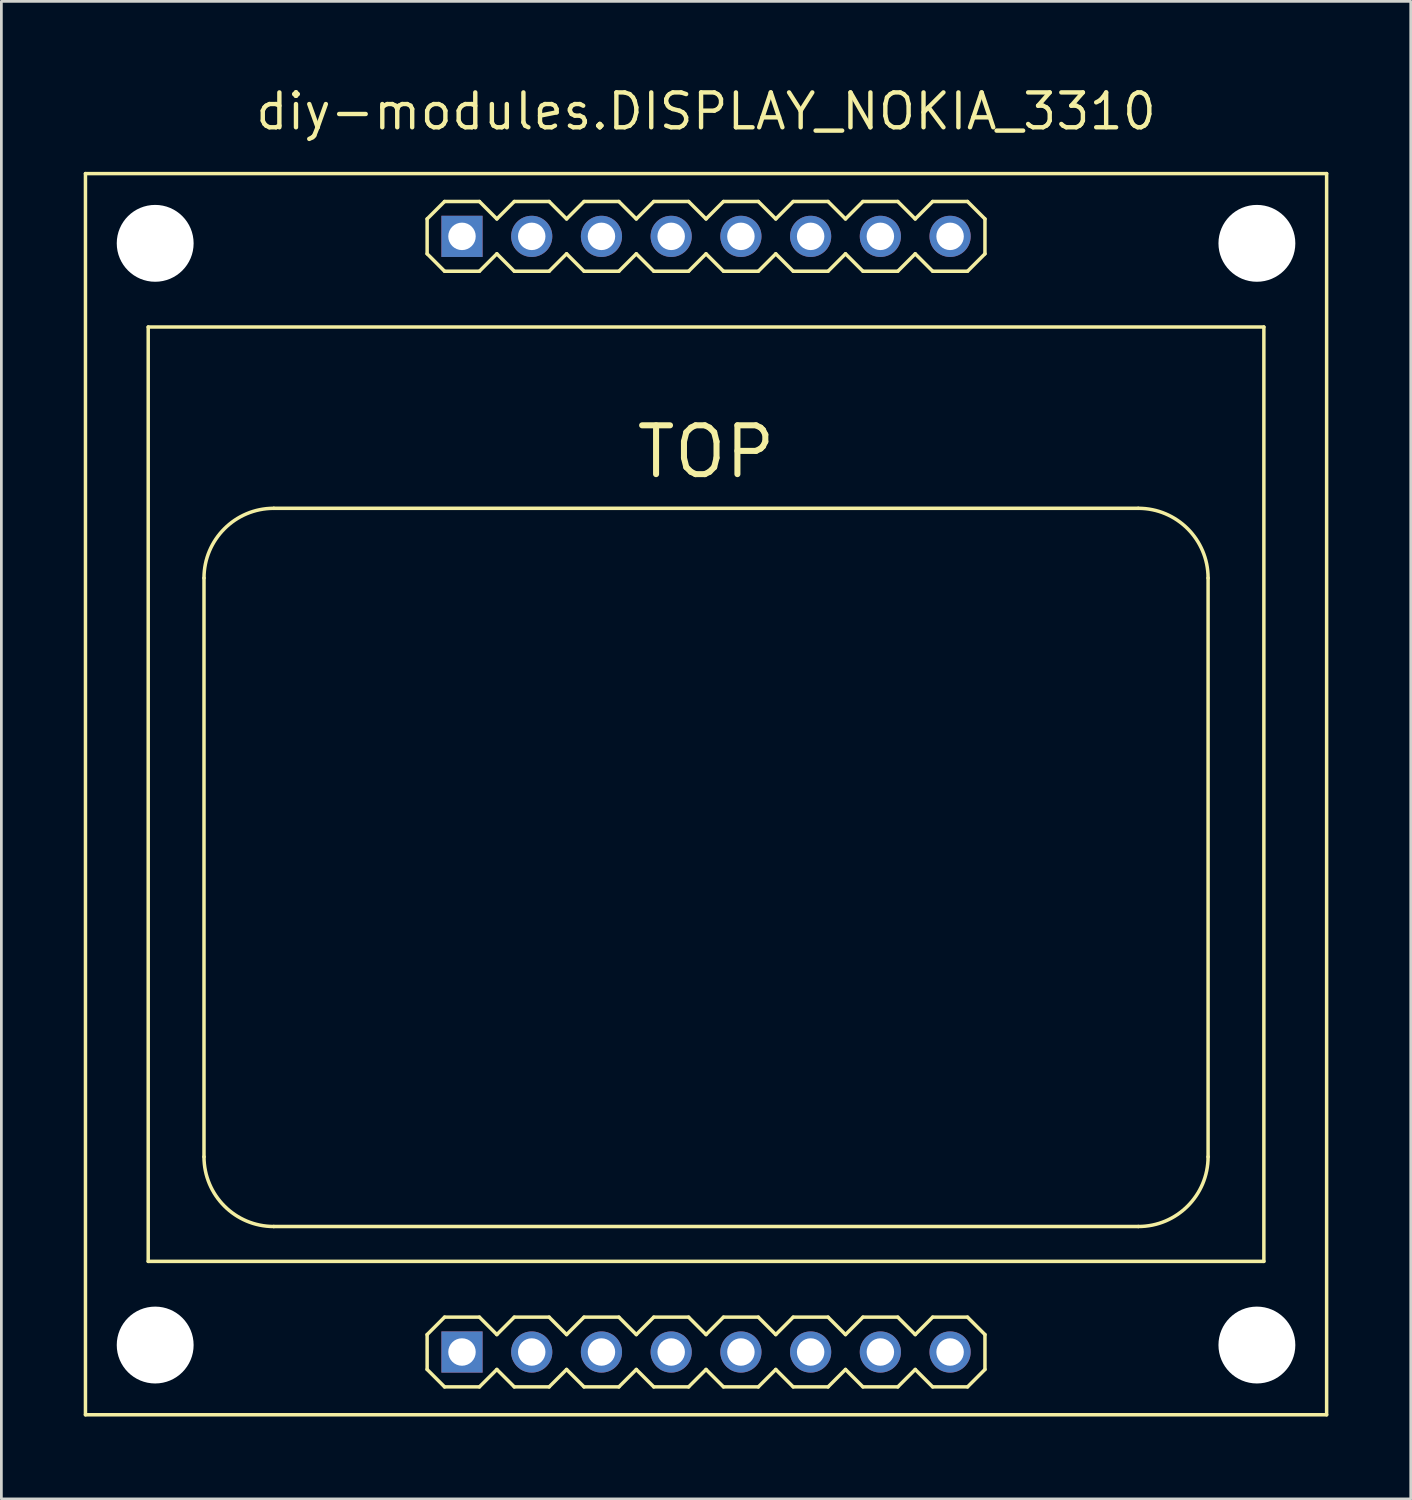
<source format=kicad_pcb>
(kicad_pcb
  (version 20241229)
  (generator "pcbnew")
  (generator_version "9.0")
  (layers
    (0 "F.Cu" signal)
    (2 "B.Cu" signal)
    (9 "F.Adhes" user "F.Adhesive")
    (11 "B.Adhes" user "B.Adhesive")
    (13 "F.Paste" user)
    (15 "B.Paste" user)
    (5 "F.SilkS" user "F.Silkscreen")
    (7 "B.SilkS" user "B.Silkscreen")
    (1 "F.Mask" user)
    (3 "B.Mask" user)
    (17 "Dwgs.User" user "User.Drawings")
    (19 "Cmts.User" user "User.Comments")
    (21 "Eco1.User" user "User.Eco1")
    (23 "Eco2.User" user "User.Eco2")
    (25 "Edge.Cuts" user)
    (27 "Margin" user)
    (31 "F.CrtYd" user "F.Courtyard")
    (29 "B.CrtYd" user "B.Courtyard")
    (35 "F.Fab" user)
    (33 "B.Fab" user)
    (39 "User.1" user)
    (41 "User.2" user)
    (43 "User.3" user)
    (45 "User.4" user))
  (footprint "diy-modules.DISPLAY_NOKIA_3310"
    (layer "F.Cu")
    (at 22.669 25.88)
    (property "Reference" "diy-modules.DISPLAY_NOKIA_3310" (at 0 -24.13 0) (layer "F.SilkS") (effects (font (size 1.27 1.27) (thickness 0.16)) (justify bottom)))
    (attr through_hole)
    (fp_line (start -22.606 -22.606) (end 22.606 -22.606) (stroke (width 0.127) (type default)) (layer "F.SilkS"))
    (fp_line (start -22.606 22.606) (end -22.606 -22.606) (stroke (width 0.127) (type default)) (layer "F.SilkS"))
    (fp_line (start -20.32 -17.018) (end 20.32 -17.018) (stroke (width 0.127) (type default)) (layer "F.SilkS"))
    (fp_line (start -20.32 17.018) (end -20.32 -17.018) (stroke (width 0.127) (type default)) (layer "F.SilkS"))
    (fp_line (start -18.288 13.208) (end -18.288 -7.874) (stroke (width 0.127) (type default)) (layer "F.SilkS"))
    (fp_line (start -15.748 -10.414) (end 15.748 -10.414) (stroke (width 0.127) (type default)) (layer "F.SilkS"))
    (fp_line (start -15.748 15.748) (end 15.748 15.748) (stroke (width 0.127) (type default)) (layer "F.SilkS"))
    (fp_line (start -10.16 -20.955) (end -9.525 -21.59) (stroke (width 0.127) (type default)) (layer "F.SilkS"))
    (fp_line (start -10.16 -19.685) (end -10.16 -20.955) (stroke (width 0.127) (type default)) (layer "F.SilkS"))
    (fp_line (start -10.16 19.685) (end -9.525 19.05) (stroke (width 0.127) (type default)) (layer "F.SilkS"))
    (fp_line (start -10.16 20.955) (end -10.16 19.685) (stroke (width 0.127) (type default)) (layer "F.SilkS"))
    (fp_line (start -9.525 -21.59) (end -8.255 -21.59) (stroke (width 0.127) (type default)) (layer "F.SilkS"))
    (fp_line (start -9.525 -19.05) (end -10.16 -19.685) (stroke (width 0.127) (type default)) (layer "F.SilkS"))
    (fp_line (start -9.525 19.05) (end -8.255 19.05) (stroke (width 0.127) (type default)) (layer "F.SilkS"))
    (fp_line (start -9.525 21.59) (end -10.16 20.955) (stroke (width 0.127) (type default)) (layer "F.SilkS"))
    (fp_line (start -8.255 -21.59) (end -7.62 -20.955) (stroke (width 0.127) (type default)) (layer "F.SilkS"))
    (fp_line (start -8.255 -19.05) (end -9.525 -19.05) (stroke (width 0.127) (type default)) (layer "F.SilkS"))
    (fp_line (start -8.255 19.05) (end -7.62 19.685) (stroke (width 0.127) (type default)) (layer "F.SilkS"))
    (fp_line (start -8.255 21.59) (end -9.525 21.59) (stroke (width 0.127) (type default)) (layer "F.SilkS"))
    (fp_line (start -7.62 -20.955) (end -6.985 -21.59) (stroke (width 0.127) (type default)) (layer "F.SilkS"))
    (fp_line (start -7.62 -19.685) (end -8.255 -19.05) (stroke (width 0.127) (type default)) (layer "F.SilkS"))
    (fp_line (start -7.62 19.685) (end -6.985 19.05) (stroke (width 0.127) (type default)) (layer "F.SilkS"))
    (fp_line (start -7.62 20.955) (end -8.255 21.59) (stroke (width 0.127) (type default)) (layer "F.SilkS"))
    (fp_line (start -6.985 -21.59) (end -5.715 -21.59) (stroke (width 0.127) (type default)) (layer "F.SilkS"))
    (fp_line (start -6.985 -19.05) (end -7.62 -19.685) (stroke (width 0.127) (type default)) (layer "F.SilkS"))
    (fp_line (start -6.985 19.05) (end -5.715 19.05) (stroke (width 0.127) (type default)) (layer "F.SilkS"))
    (fp_line (start -6.985 21.59) (end -7.62 20.955) (stroke (width 0.127) (type default)) (layer "F.SilkS"))
    (fp_line (start -5.715 -21.59) (end -5.08 -20.955) (stroke (width 0.127) (type default)) (layer "F.SilkS"))
    (fp_line (start -5.715 -19.05) (end -6.985 -19.05) (stroke (width 0.127) (type default)) (layer "F.SilkS"))
    (fp_line (start -5.715 19.05) (end -5.08 19.685) (stroke (width 0.127) (type default)) (layer "F.SilkS"))
    (fp_line (start -5.715 21.59) (end -6.985 21.59) (stroke (width 0.127) (type default)) (layer "F.SilkS"))
    (fp_line (start -5.08 -20.955) (end -4.445 -21.59) (stroke (width 0.127) (type default)) (layer "F.SilkS"))
    (fp_line (start -5.08 -19.685) (end -5.715 -19.05) (stroke (width 0.127) (type default)) (layer "F.SilkS"))
    (fp_line (start -5.08 19.685) (end -4.445 19.05) (stroke (width 0.127) (type default)) (layer "F.SilkS"))
    (fp_line (start -5.08 20.955) (end -5.715 21.59) (stroke (width 0.127) (type default)) (layer "F.SilkS"))
    (fp_line (start -4.445 -21.59) (end -3.175 -21.59) (stroke (width 0.127) (type default)) (layer "F.SilkS"))
    (fp_line (start -4.445 -19.05) (end -5.08 -19.685) (stroke (width 0.127) (type default)) (layer "F.SilkS"))
    (fp_line (start -4.445 19.05) (end -3.175 19.05) (stroke (width 0.127) (type default)) (layer "F.SilkS"))
    (fp_line (start -4.445 21.59) (end -5.08 20.955) (stroke (width 0.127) (type default)) (layer "F.SilkS"))
    (fp_line (start -3.175 -21.59) (end -2.54 -20.955) (stroke (width 0.127) (type default)) (layer "F.SilkS"))
    (fp_line (start -3.175 -19.05) (end -4.445 -19.05) (stroke (width 0.127) (type default)) (layer "F.SilkS"))
    (fp_line (start -3.175 19.05) (end -2.54 19.685) (stroke (width 0.127) (type default)) (layer "F.SilkS"))
    (fp_line (start -3.175 21.59) (end -4.445 21.59) (stroke (width 0.127) (type default)) (layer "F.SilkS"))
    (fp_line (start -2.54 -20.955) (end -1.905 -21.59) (stroke (width 0.127) (type default)) (layer "F.SilkS"))
    (fp_line (start -2.54 -19.685) (end -3.175 -19.05) (stroke (width 0.127) (type default)) (layer "F.SilkS"))
    (fp_line (start -2.54 19.685) (end -1.905 19.05) (stroke (width 0.127) (type default)) (layer "F.SilkS"))
    (fp_line (start -2.54 20.955) (end -3.175 21.59) (stroke (width 0.127) (type default)) (layer "F.SilkS"))
    (fp_line (start -1.905 -21.59) (end -0.635 -21.59) (stroke (width 0.127) (type default)) (layer "F.SilkS"))
    (fp_line (start -1.905 -19.05) (end -2.54 -19.685) (stroke (width 0.127) (type default)) (layer "F.SilkS"))
    (fp_line (start -1.905 19.05) (end -0.635 19.05) (stroke (width 0.127) (type default)) (layer "F.SilkS"))
    (fp_line (start -1.905 21.59) (end -2.54 20.955) (stroke (width 0.127) (type default)) (layer "F.SilkS"))
    (fp_line (start -0.635 -21.59) (end 0 -20.955) (stroke (width 0.127) (type default)) (layer "F.SilkS"))
    (fp_line (start -0.635 -19.05) (end -1.905 -19.05) (stroke (width 0.127) (type default)) (layer "F.SilkS"))
    (fp_line (start -0.635 19.05) (end 0 19.685) (stroke (width 0.127) (type default)) (layer "F.SilkS"))
    (fp_line (start -0.635 21.59) (end -1.905 21.59) (stroke (width 0.127) (type default)) (layer "F.SilkS"))
    (fp_line (start 0 -20.955) (end 0.635 -21.59) (stroke (width 0.127) (type default)) (layer "F.SilkS"))
    (fp_line (start 0 -19.685) (end -0.635 -19.05) (stroke (width 0.127) (type default)) (layer "F.SilkS"))
    (fp_line (start 0 19.685) (end 0.635 19.05) (stroke (width 0.127) (type default)) (layer "F.SilkS"))
    (fp_line (start 0 20.955) (end -0.635 21.59) (stroke (width 0.127) (type default)) (layer "F.SilkS"))
    (fp_line (start 0.635 -21.59) (end 1.905 -21.59) (stroke (width 0.127) (type default)) (layer "F.SilkS"))
    (fp_line (start 0.635 -19.05) (end 0 -19.685) (stroke (width 0.127) (type default)) (layer "F.SilkS"))
    (fp_line (start 0.635 19.05) (end 1.905 19.05) (stroke (width 0.127) (type default)) (layer "F.SilkS"))
    (fp_line (start 0.635 21.59) (end 0 20.955) (stroke (width 0.127) (type default)) (layer "F.SilkS"))
    (fp_line (start 1.905 -21.59) (end 2.54 -20.955) (stroke (width 0.127) (type default)) (layer "F.SilkS"))
    (fp_line (start 1.905 -19.05) (end 0.635 -19.05) (stroke (width 0.127) (type default)) (layer "F.SilkS"))
    (fp_line (start 1.905 19.05) (end 2.54 19.685) (stroke (width 0.127) (type default)) (layer "F.SilkS"))
    (fp_line (start 1.905 21.59) (end 0.635 21.59) (stroke (width 0.127) (type default)) (layer "F.SilkS"))
    (fp_line (start 2.54 -20.955) (end 3.175 -21.59) (stroke (width 0.127) (type default)) (layer "F.SilkS"))
    (fp_line (start 2.54 -19.685) (end 1.905 -19.05) (stroke (width 0.127) (type default)) (layer "F.SilkS"))
    (fp_line (start 2.54 19.685) (end 3.175 19.05) (stroke (width 0.127) (type default)) (layer "F.SilkS"))
    (fp_line (start 2.54 20.955) (end 1.905 21.59) (stroke (width 0.127) (type default)) (layer "F.SilkS"))
    (fp_line (start 3.175 -21.59) (end 4.445 -21.59) (stroke (width 0.127) (type default)) (layer "F.SilkS"))
    (fp_line (start 3.175 -19.05) (end 2.54 -19.685) (stroke (width 0.127) (type default)) (layer "F.SilkS"))
    (fp_line (start 3.175 19.05) (end 4.445 19.05) (stroke (width 0.127) (type default)) (layer "F.SilkS"))
    (fp_line (start 3.175 21.59) (end 2.54 20.955) (stroke (width 0.127) (type default)) (layer "F.SilkS"))
    (fp_line (start 4.445 -21.59) (end 5.08 -20.955) (stroke (width 0.127) (type default)) (layer "F.SilkS"))
    (fp_line (start 4.445 -19.05) (end 3.175 -19.05) (stroke (width 0.127) (type default)) (layer "F.SilkS"))
    (fp_line (start 4.445 19.05) (end 5.08 19.685) (stroke (width 0.127) (type default)) (layer "F.SilkS"))
    (fp_line (start 4.445 21.59) (end 3.175 21.59) (stroke (width 0.127) (type default)) (layer "F.SilkS"))
    (fp_line (start 5.08 -20.955) (end 5.715 -21.59) (stroke (width 0.127) (type default)) (layer "F.SilkS"))
    (fp_line (start 5.08 -19.685) (end 4.445 -19.05) (stroke (width 0.127) (type default)) (layer "F.SilkS"))
    (fp_line (start 5.08 19.685) (end 5.715 19.05) (stroke (width 0.127) (type default)) (layer "F.SilkS"))
    (fp_line (start 5.08 20.955) (end 4.445 21.59) (stroke (width 0.127) (type default)) (layer "F.SilkS"))
    (fp_line (start 5.715 -21.59) (end 6.985 -21.59) (stroke (width 0.127) (type default)) (layer "F.SilkS"))
    (fp_line (start 5.715 -19.05) (end 5.08 -19.685) (stroke (width 0.127) (type default)) (layer "F.SilkS"))
    (fp_line (start 5.715 19.05) (end 6.985 19.05) (stroke (width 0.127) (type default)) (layer "F.SilkS"))
    (fp_line (start 5.715 21.59) (end 5.08 20.955) (stroke (width 0.127) (type default)) (layer "F.SilkS"))
    (fp_line (start 6.985 -21.59) (end 7.62 -20.955) (stroke (width 0.127) (type default)) (layer "F.SilkS"))
    (fp_line (start 6.985 -19.05) (end 5.715 -19.05) (stroke (width 0.127) (type default)) (layer "F.SilkS"))
    (fp_line (start 6.985 19.05) (end 7.62 19.685) (stroke (width 0.127) (type default)) (layer "F.SilkS"))
    (fp_line (start 6.985 21.59) (end 5.715 21.59) (stroke (width 0.127) (type default)) (layer "F.SilkS"))
    (fp_line (start 7.62 -20.955) (end 8.255 -21.59) (stroke (width 0.127) (type default)) (layer "F.SilkS"))
    (fp_line (start 7.62 -19.685) (end 6.985 -19.05) (stroke (width 0.127) (type default)) (layer "F.SilkS"))
    (fp_line (start 7.62 19.685) (end 8.255 19.05) (stroke (width 0.127) (type default)) (layer "F.SilkS"))
    (fp_line (start 7.62 20.955) (end 6.985 21.59) (stroke (width 0.127) (type default)) (layer "F.SilkS"))
    (fp_line (start 8.255 -21.59) (end 9.525 -21.59) (stroke (width 0.127) (type default)) (layer "F.SilkS"))
    (fp_line (start 8.255 -19.05) (end 7.62 -19.685) (stroke (width 0.127) (type default)) (layer "F.SilkS"))
    (fp_line (start 8.255 19.05) (end 9.525 19.05) (stroke (width 0.127) (type default)) (layer "F.SilkS"))
    (fp_line (start 8.255 21.59) (end 7.62 20.955) (stroke (width 0.127) (type default)) (layer "F.SilkS"))
    (fp_line (start 9.525 -21.59) (end 10.16 -20.955) (stroke (width 0.127) (type default)) (layer "F.SilkS"))
    (fp_line (start 9.525 -19.05) (end 8.255 -19.05) (stroke (width 0.127) (type default)) (layer "F.SilkS"))
    (fp_line (start 9.525 19.05) (end 10.16 19.685) (stroke (width 0.127) (type default)) (layer "F.SilkS"))
    (fp_line (start 9.525 21.59) (end 8.255 21.59) (stroke (width 0.127) (type default)) (layer "F.SilkS"))
    (fp_line (start 10.16 -20.955) (end 10.16 -19.685) (stroke (width 0.127) (type default)) (layer "F.SilkS"))
    (fp_line (start 10.16 -19.685) (end 9.525 -19.05) (stroke (width 0.127) (type default)) (layer "F.SilkS"))
    (fp_line (start 10.16 19.685) (end 10.16 20.955) (stroke (width 0.127) (type default)) (layer "F.SilkS"))
    (fp_line (start 10.16 20.955) (end 9.525 21.59) (stroke (width 0.127) (type default)) (layer "F.SilkS"))
    (fp_line (start 18.288 13.208) (end 18.288 -7.874) (stroke (width 0.127) (type default)) (layer "F.SilkS"))
    (fp_line (start 20.32 -17.018) (end 20.32 17.018) (stroke (width 0.127) (type default)) (layer "F.SilkS"))
    (fp_line (start 20.32 17.018) (end -20.32 17.018) (stroke (width 0.127) (type default)) (layer "F.SilkS"))
    (fp_line (start 22.606 -22.606) (end 22.606 22.606) (stroke (width 0.127) (type default)) (layer "F.SilkS"))
    (fp_line (start 22.606 22.606) (end -22.606 22.606) (stroke (width 0.127) (type default)) (layer "F.SilkS"))
    (fp_arc (start -18.288 -7.874) (mid -17.544051 -9.670051) (end -15.748 -10.414) (stroke (width 0.127) (type default)) (layer "F.SilkS"))
    (fp_arc (start -15.748 15.748) (mid -17.544051 15.004051) (end -18.288 13.208) (stroke (width 0.127) (type default)) (layer "F.SilkS"))
    (fp_arc (start 15.748 -10.414) (mid 17.544051 -9.670051) (end 18.288 -7.874) (stroke (width 0.127) (type default)) (layer "F.SilkS"))
    (fp_arc (start 18.288 13.208) (mid 17.544051 15.004051) (end 15.748 15.748) (stroke (width 0.127) (type default)) (layer "F.SilkS"))
    (fp_text user "TOP" (at 0 -11.43 0) (layer "F.SilkS") (effects (font (size 1.778 1.778) (thickness 0.22)) (justify bottom)))
    (pad "" np_thru_hole circle (at -20.066 -20.066) (size 2.8 2.8) (drill 2.8) (layers "*.Cu" "*.Mask"))
    (pad "" np_thru_hole circle (at -20.066 20.066) (size 2.8 2.8) (drill 2.8) (layers "*.Cu" "*.Mask"))
    (pad "" np_thru_hole circle (at 20.066 -20.066) (size 2.8 2.8) (drill 2.8) (layers "*.Cu" "*.Mask"))
    (pad "" np_thru_hole circle (at 20.066 20.066) (size 2.8 2.8) (drill 2.8) (layers "*.Cu" "*.Mask"))
    (pad "J1.1" thru_hole rect (at -8.89 20.32) (size 1.5 1.5) (drill 1) (layers "*.Cu" "*.Mask"))
    (pad "J1.2" thru_hole circle (at -6.35 20.32) (size 1.5 1.5) (drill 1) (layers "*.Cu" "*.Mask"))
    (pad "J1.3" thru_hole circle (at -3.81 20.32) (size 1.5 1.5) (drill 1) (layers "*.Cu" "*.Mask"))
    (pad "J1.4" thru_hole circle (at -1.27 20.32) (size 1.5 1.5) (drill 1) (layers "*.Cu" "*.Mask"))
    (pad "J1.5" thru_hole circle (at 1.27 20.32) (size 1.5 1.5) (drill 1) (layers "*.Cu" "*.Mask"))
    (pad "J1.6" thru_hole circle (at 3.81 20.32) (size 1.5 1.5) (drill 1) (layers "*.Cu" "*.Mask"))
    (pad "J1.7" thru_hole circle (at 6.35 20.32) (size 1.5 1.5) (drill 1) (layers "*.Cu" "*.Mask"))
    (pad "J1.8" thru_hole circle (at 8.89 20.32) (size 1.5 1.5) (drill 1) (layers "*.Cu" "*.Mask"))
    (pad "J2.1" thru_hole rect (at -8.89 -20.32) (size 1.5 1.5) (drill 1) (layers "*.Cu" "*.Mask"))
    (pad "J2.2" thru_hole circle (at -6.35 -20.32) (size 1.5 1.5) (drill 1) (layers "*.Cu" "*.Mask"))
    (pad "J2.3" thru_hole circle (at -3.81 -20.32) (size 1.5 1.5) (drill 1) (layers "*.Cu" "*.Mask"))
    (pad "J2.4" thru_hole circle (at -1.27 -20.32) (size 1.5 1.5) (drill 1) (layers "*.Cu" "*.Mask"))
    (pad "J2.5" thru_hole circle (at 1.27 -20.32) (size 1.5 1.5) (drill 1) (layers "*.Cu" "*.Mask"))
    (pad "J2.6" thru_hole circle (at 3.81 -20.32) (size 1.5 1.5) (drill 1) (layers "*.Cu" "*.Mask"))
    (pad "J2.7" thru_hole circle (at 6.35 -20.32) (size 1.5 1.5) (drill 1) (layers "*.Cu" "*.Mask"))
    (pad "J2.8" thru_hole circle (at 8.89 -20.32) (size 1.5 1.5) (drill 1) (layers "*.Cu" "*.Mask")))
  (gr_rect
    (start -3 -3)
    (end 48.339 51.55)
    (stroke (width 0.1) (type default))
    (fill no)
    (layer "Edge.Cuts")))
</source>
